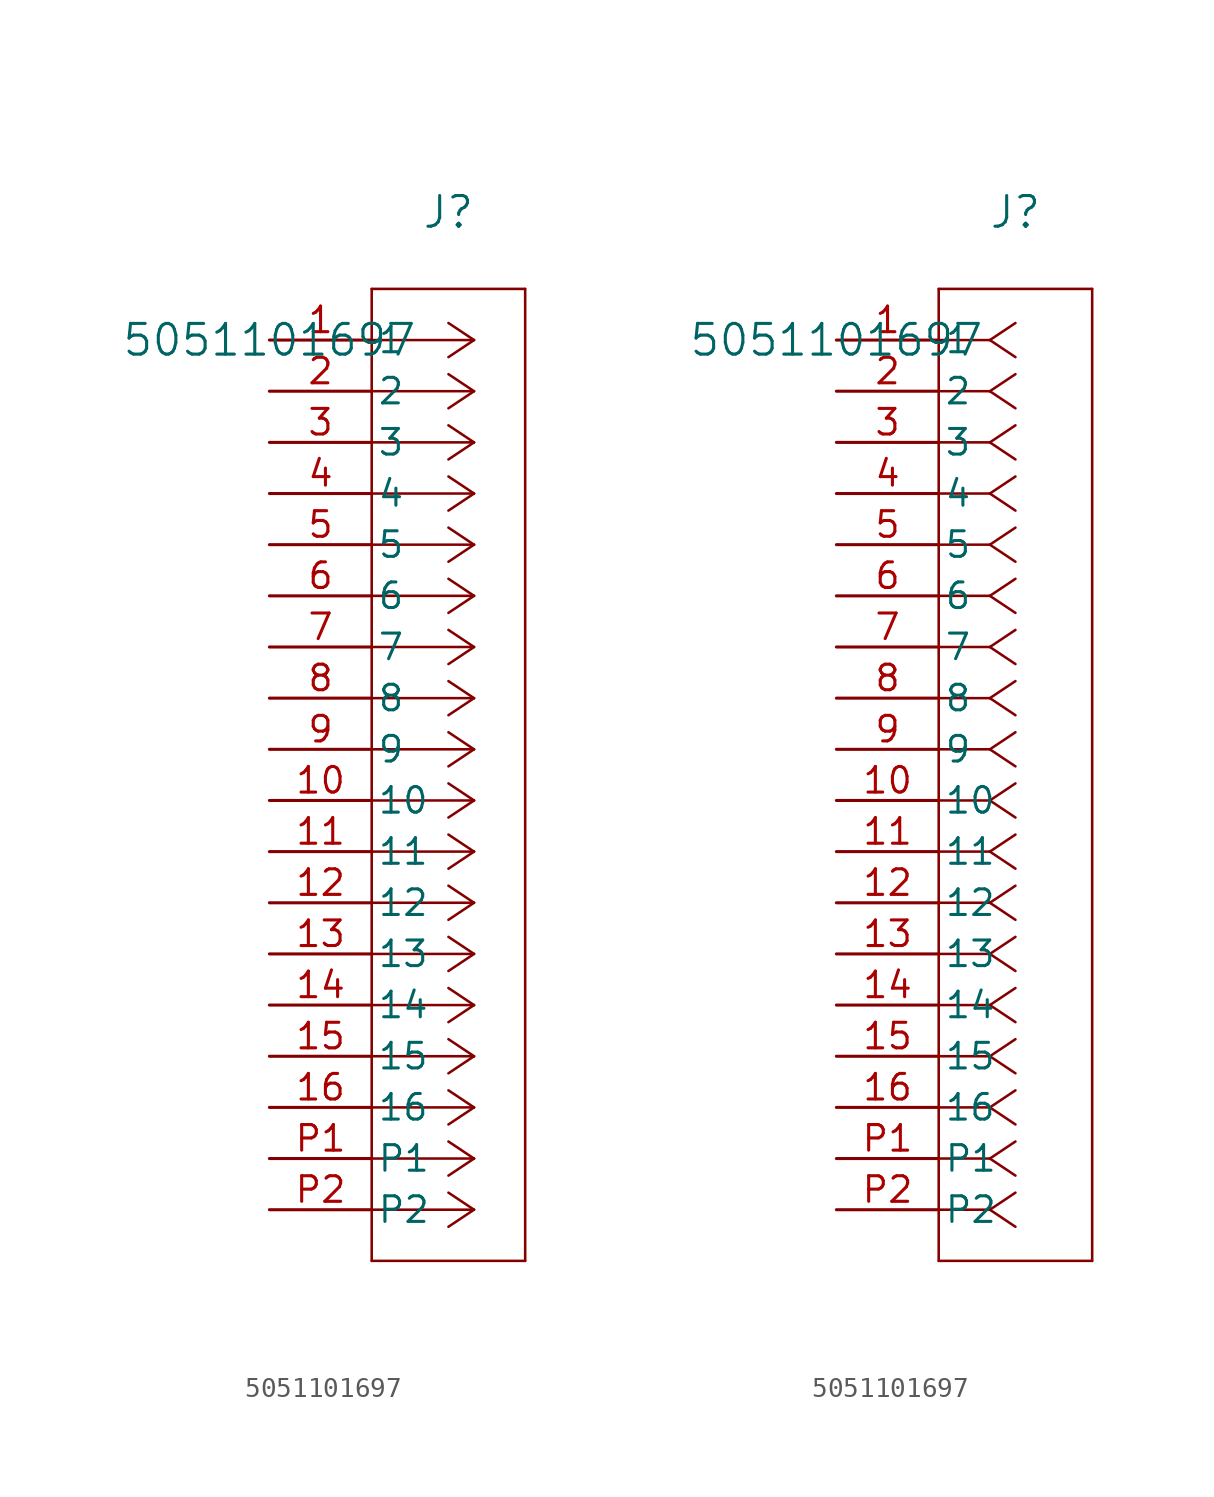
<source format=kicad_sym>
(kicad_symbol_lib
  (version 20211014)
  (generator kicad_symbol_editor)
  (symbol "5051101697"
    (pin_names
      (offset 0.254))
    (property "Reference" "J"
      (at 8.89 6.35 0)
      (effects (font (size 1.524 1.524))))
    (property "Value" "5051101697"
      (at 0 0 0)
      (effects (font (size 1.524 1.524))))
    (symbol "5051101697_1_1"
      (polyline (pts (xy 10.16 0) (xy 5.08 0)) (stroke (width 0.127) (type default) (color 0 0 0 0)) (fill (type none)))
      (polyline (pts (xy 10.16 -2.54) (xy 5.08 -2.54)) (stroke (width 0.127) (type default) (color 0 0 0 0)) (fill (type none)))
      (polyline (pts (xy 10.16 -5.08) (xy 5.08 -5.08)) (stroke (width 0.127) (type default) (color 0 0 0 0)) (fill (type none)))
      (polyline (pts (xy 10.16 -7.62) (xy 5.08 -7.62)) (stroke (width 0.127) (type default) (color 0 0 0 0)) (fill (type none)))
      (polyline (pts (xy 10.16 -10.16) (xy 5.08 -10.16)) (stroke (width 0.127) (type default) (color 0 0 0 0)) (fill (type none)))
      (polyline (pts (xy 10.16 -12.7) (xy 5.08 -12.7)) (stroke (width 0.127) (type default) (color 0 0 0 0)) (fill (type none)))
      (polyline (pts (xy 10.16 -15.24) (xy 5.08 -15.24)) (stroke (width 0.127) (type default) (color 0 0 0 0)) (fill (type none)))
      (polyline (pts (xy 10.16 -17.78) (xy 5.08 -17.78)) (stroke (width 0.127) (type default) (color 0 0 0 0)) (fill (type none)))
      (polyline (pts (xy 10.16 -20.32) (xy 5.08 -20.32)) (stroke (width 0.127) (type default) (color 0 0 0 0)) (fill (type none)))
      (polyline (pts (xy 10.16 -22.86) (xy 5.08 -22.86)) (stroke (width 0.127) (type default) (color 0 0 0 0)) (fill (type none)))
      (polyline (pts (xy 10.16 -25.4) (xy 5.08 -25.4)) (stroke (width 0.127) (type default) (color 0 0 0 0)) (fill (type none)))
      (polyline (pts (xy 10.16 -27.94) (xy 5.08 -27.94)) (stroke (width 0.127) (type default) (color 0 0 0 0)) (fill (type none)))
      (polyline (pts (xy 10.16 -30.48) (xy 5.08 -30.48)) (stroke (width 0.127) (type default) (color 0 0 0 0)) (fill (type none)))
      (polyline (pts (xy 10.16 -33.02) (xy 5.08 -33.02)) (stroke (width 0.127) (type default) (color 0 0 0 0)) (fill (type none)))
      (polyline (pts (xy 10.16 -35.56) (xy 5.08 -35.56)) (stroke (width 0.127) (type default) (color 0 0 0 0)) (fill (type none)))
      (polyline (pts (xy 10.16 -38.1) (xy 5.08 -38.1)) (stroke (width 0.127) (type default) (color 0 0 0 0)) (fill (type none)))
      (polyline (pts (xy 10.16 -40.64) (xy 5.08 -40.64)) (stroke (width 0.127) (type default) (color 0 0 0 0)) (fill (type none)))
      (polyline (pts (xy 10.16 -43.18) (xy 5.08 -43.18)) (stroke (width 0.127) (type default) (color 0 0 0 0)) (fill (type none)))
      (polyline (pts (xy 10.16 0) (xy 8.89 0.847)) (stroke (width 0.127) (type default) (color 0 0 0 0)) (fill (type none)))
      (polyline (pts (xy 10.16 -2.54) (xy 8.89 -1.693)) (stroke (width 0.127) (type default) (color 0 0 0 0)) (fill (type none)))
      (polyline (pts (xy 10.16 -5.08) (xy 8.89 -4.233)) (stroke (width 0.127) (type default) (color 0 0 0 0)) (fill (type none)))
      (polyline (pts (xy 10.16 -7.62) (xy 8.89 -6.773)) (stroke (width 0.127) (type default) (color 0 0 0 0)) (fill (type none)))
      (polyline (pts (xy 10.16 -10.16) (xy 8.89 -9.313)) (stroke (width 0.127) (type default) (color 0 0 0 0)) (fill (type none)))
      (polyline (pts (xy 10.16 -12.7) (xy 8.89 -11.853)) (stroke (width 0.127) (type default) (color 0 0 0 0)) (fill (type none)))
      (polyline (pts (xy 10.16 -15.24) (xy 8.89 -14.393)) (stroke (width 0.127) (type default) (color 0 0 0 0)) (fill (type none)))
      (polyline (pts (xy 10.16 -17.78) (xy 8.89 -16.933)) (stroke (width 0.127) (type default) (color 0 0 0 0)) (fill (type none)))
      (polyline (pts (xy 10.16 -20.32) (xy 8.89 -19.473)) (stroke (width 0.127) (type default) (color 0 0 0 0)) (fill (type none)))
      (polyline (pts (xy 10.16 -22.86) (xy 8.89 -22.013)) (stroke (width 0.127) (type default) (color 0 0 0 0)) (fill (type none)))
      (polyline (pts (xy 10.16 -25.4) (xy 8.89 -24.553)) (stroke (width 0.127) (type default) (color 0 0 0 0)) (fill (type none)))
      (polyline (pts (xy 10.16 -27.94) (xy 8.89 -27.093)) (stroke (width 0.127) (type default) (color 0 0 0 0)) (fill (type none)))
      (polyline (pts (xy 10.16 -30.48) (xy 8.89 -29.633)) (stroke (width 0.127) (type default) (color 0 0 0 0)) (fill (type none)))
      (polyline (pts (xy 10.16 -33.02) (xy 8.89 -32.173)) (stroke (width 0.127) (type default) (color 0 0 0 0)) (fill (type none)))
      (polyline (pts (xy 10.16 -35.56) (xy 8.89 -34.713)) (stroke (width 0.127) (type default) (color 0 0 0 0)) (fill (type none)))
      (polyline (pts (xy 10.16 -38.1) (xy 8.89 -37.253)) (stroke (width 0.127) (type default) (color 0 0 0 0)) (fill (type none)))
      (polyline (pts (xy 10.16 -40.64) (xy 8.89 -39.793)) (stroke (width 0.127) (type default) (color 0 0 0 0)) (fill (type none)))
      (polyline (pts (xy 10.16 -43.18) (xy 8.89 -42.333)) (stroke (width 0.127) (type default) (color 0 0 0 0)) (fill (type none)))
      (polyline (pts (xy 10.16 0) (xy 8.89 -0.847)) (stroke (width 0.127) (type default) (color 0 0 0 0)) (fill (type none)))
      (polyline (pts (xy 10.16 -2.54) (xy 8.89 -3.387)) (stroke (width 0.127) (type default) (color 0 0 0 0)) (fill (type none)))
      (polyline (pts (xy 10.16 -5.08) (xy 8.89 -5.927)) (stroke (width 0.127) (type default) (color 0 0 0 0)) (fill (type none)))
      (polyline (pts (xy 10.16 -7.62) (xy 8.89 -8.467)) (stroke (width 0.127) (type default) (color 0 0 0 0)) (fill (type none)))
      (polyline (pts (xy 10.16 -10.16) (xy 8.89 -11.007)) (stroke (width 0.127) (type default) (color 0 0 0 0)) (fill (type none)))
      (polyline (pts (xy 10.16 -12.7) (xy 8.89 -13.547)) (stroke (width 0.127) (type default) (color 0 0 0 0)) (fill (type none)))
      (polyline (pts (xy 10.16 -15.24) (xy 8.89 -16.087)) (stroke (width 0.127) (type default) (color 0 0 0 0)) (fill (type none)))
      (polyline (pts (xy 10.16 -17.78) (xy 8.89 -18.627)) (stroke (width 0.127) (type default) (color 0 0 0 0)) (fill (type none)))
      (polyline (pts (xy 10.16 -20.32) (xy 8.89 -21.167)) (stroke (width 0.127) (type default) (color 0 0 0 0)) (fill (type none)))
      (polyline (pts (xy 10.16 -22.86) (xy 8.89 -23.707)) (stroke (width 0.127) (type default) (color 0 0 0 0)) (fill (type none)))
      (polyline (pts (xy 10.16 -25.4) (xy 8.89 -26.247)) (stroke (width 0.127) (type default) (color 0 0 0 0)) (fill (type none)))
      (polyline (pts (xy 10.16 -27.94) (xy 8.89 -28.787)) (stroke (width 0.127) (type default) (color 0 0 0 0)) (fill (type none)))
      (polyline (pts (xy 10.16 -30.48) (xy 8.89 -31.327)) (stroke (width 0.127) (type default) (color 0 0 0 0)) (fill (type none)))
      (polyline (pts (xy 10.16 -33.02) (xy 8.89 -33.867)) (stroke (width 0.127) (type default) (color 0 0 0 0)) (fill (type none)))
      (polyline (pts (xy 10.16 -35.56) (xy 8.89 -36.407)) (stroke (width 0.127) (type default) (color 0 0 0 0)) (fill (type none)))
      (polyline (pts (xy 10.16 -38.1) (xy 8.89 -38.947)) (stroke (width 0.127) (type default) (color 0 0 0 0)) (fill (type none)))
      (polyline (pts (xy 10.16 -40.64) (xy 8.89 -41.487)) (stroke (width 0.127) (type default) (color 0 0 0 0)) (fill (type none)))
      (polyline (pts (xy 10.16 -43.18) (xy 8.89 -44.027)) (stroke (width 0.127) (type default) (color 0 0 0 0)) (fill (type none)))
      (polyline (pts (xy 5.08 2.54) (xy 5.08 -45.72)) (stroke (width 0.127) (type default) (color 0 0 0 0)) (fill (type none)))
      (polyline (pts (xy 5.08 -45.72) (xy 12.7 -45.72)) (stroke (width 0.127) (type default) (color 0 0 0 0)) (fill (type none)))
      (polyline (pts (xy 12.7 -45.72) (xy 12.7 2.54)) (stroke (width 0.127) (type default) (color 0 0 0 0)) (fill (type none)))
      (polyline (pts (xy 12.7 2.54) (xy 5.08 2.54)) (stroke (width 0.127) (type default) (color 0 0 0 0)) (fill (type none)))
      (pin unspecified line (at 0 0 0) (length 5.08) (name "1" (effects (font (size 1.27 1.27)))) (number "1" (effects (font (size 1.27 1.27)))))
      (pin unspecified line (at 0 -2.54 0) (length 5.08) (name "2" (effects (font (size 1.27 1.27)))) (number "2" (effects (font (size 1.27 1.27)))))
      (pin unspecified line (at 0 -5.08 0) (length 5.08) (name "3" (effects (font (size 1.27 1.27)))) (number "3" (effects (font (size 1.27 1.27)))))
      (pin unspecified line (at 0 -7.62 0) (length 5.08) (name "4" (effects (font (size 1.27 1.27)))) (number "4" (effects (font (size 1.27 1.27)))))
      (pin unspecified line (at 0 -10.16 0) (length 5.08) (name "5" (effects (font (size 1.27 1.27)))) (number "5" (effects (font (size 1.27 1.27)))))
      (pin unspecified line (at 0 -12.7 0) (length 5.08) (name "6" (effects (font (size 1.27 1.27)))) (number "6" (effects (font (size 1.27 1.27)))))
      (pin unspecified line (at 0 -15.24 0) (length 5.08) (name "7" (effects (font (size 1.27 1.27)))) (number "7" (effects (font (size 1.27 1.27)))))
      (pin unspecified line (at 0 -17.78 0) (length 5.08) (name "8" (effects (font (size 1.27 1.27)))) (number "8" (effects (font (size 1.27 1.27)))))
      (pin unspecified line (at 0 -20.32 0) (length 5.08) (name "9" (effects (font (size 1.27 1.27)))) (number "9" (effects (font (size 1.27 1.27)))))
      (pin unspecified line (at 0 -22.86 0) (length 5.08) (name "10" (effects (font (size 1.27 1.27)))) (number "10" (effects (font (size 1.27 1.27)))))
      (pin unspecified line (at 0 -25.4 0) (length 5.08) (name "11" (effects (font (size 1.27 1.27)))) (number "11" (effects (font (size 1.27 1.27)))))
      (pin unspecified line (at 0 -27.94 0) (length 5.08) (name "12" (effects (font (size 1.27 1.27)))) (number "12" (effects (font (size 1.27 1.27)))))
      (pin unspecified line (at 0 -30.48 0) (length 5.08) (name "13" (effects (font (size 1.27 1.27)))) (number "13" (effects (font (size 1.27 1.27)))))
      (pin unspecified line (at 0 -33.02 0) (length 5.08) (name "14" (effects (font (size 1.27 1.27)))) (number "14" (effects (font (size 1.27 1.27)))))
      (pin unspecified line (at 0 -35.56 0) (length 5.08) (name "15" (effects (font (size 1.27 1.27)))) (number "15" (effects (font (size 1.27 1.27)))))
      (pin unspecified line (at 0 -38.1 0) (length 5.08) (name "16" (effects (font (size 1.27 1.27)))) (number "16" (effects (font (size 1.27 1.27)))))
      (pin unspecified line (at 0 -40.64 0) (length 5.08) (name "P1" (effects (font (size 1.27 1.27)))) (number "P1" (effects (font (size 1.27 1.27)))))
      (pin unspecified line (at 0 -43.18 0) (length 5.08) (name "P2" (effects (font (size 1.27 1.27)))) (number "P2" (effects (font (size 1.27 1.27))))))
    (symbol "5051101697_1_2"
      (polyline (pts (xy 7.62 0) (xy 5.08 0)) (stroke (width 0.127) (type default) (color 0 0 0 0)) (fill (type none)))
      (polyline (pts (xy 7.62 -2.54) (xy 5.08 -2.54)) (stroke (width 0.127) (type default) (color 0 0 0 0)) (fill (type none)))
      (polyline (pts (xy 7.62 -5.08) (xy 5.08 -5.08)) (stroke (width 0.127) (type default) (color 0 0 0 0)) (fill (type none)))
      (polyline (pts (xy 7.62 -7.62) (xy 5.08 -7.62)) (stroke (width 0.127) (type default) (color 0 0 0 0)) (fill (type none)))
      (polyline (pts (xy 7.62 -10.16) (xy 5.08 -10.16)) (stroke (width 0.127) (type default) (color 0 0 0 0)) (fill (type none)))
      (polyline (pts (xy 7.62 -12.7) (xy 5.08 -12.7)) (stroke (width 0.127) (type default) (color 0 0 0 0)) (fill (type none)))
      (polyline (pts (xy 7.62 -15.24) (xy 5.08 -15.24)) (stroke (width 0.127) (type default) (color 0 0 0 0)) (fill (type none)))
      (polyline (pts (xy 7.62 -17.78) (xy 5.08 -17.78)) (stroke (width 0.127) (type default) (color 0 0 0 0)) (fill (type none)))
      (polyline (pts (xy 7.62 -20.32) (xy 5.08 -20.32)) (stroke (width 0.127) (type default) (color 0 0 0 0)) (fill (type none)))
      (polyline (pts (xy 7.62 -22.86) (xy 5.08 -22.86)) (stroke (width 0.127) (type default) (color 0 0 0 0)) (fill (type none)))
      (polyline (pts (xy 7.62 -25.4) (xy 5.08 -25.4)) (stroke (width 0.127) (type default) (color 0 0 0 0)) (fill (type none)))
      (polyline (pts (xy 7.62 -27.94) (xy 5.08 -27.94)) (stroke (width 0.127) (type default) (color 0 0 0 0)) (fill (type none)))
      (polyline (pts (xy 7.62 -30.48) (xy 5.08 -30.48)) (stroke (width 0.127) (type default) (color 0 0 0 0)) (fill (type none)))
      (polyline (pts (xy 7.62 -33.02) (xy 5.08 -33.02)) (stroke (width 0.127) (type default) (color 0 0 0 0)) (fill (type none)))
      (polyline (pts (xy 7.62 -35.56) (xy 5.08 -35.56)) (stroke (width 0.127) (type default) (color 0 0 0 0)) (fill (type none)))
      (polyline (pts (xy 7.62 -38.1) (xy 5.08 -38.1)) (stroke (width 0.127) (type default) (color 0 0 0 0)) (fill (type none)))
      (polyline (pts (xy 7.62 -40.64) (xy 5.08 -40.64)) (stroke (width 0.127) (type default) (color 0 0 0 0)) (fill (type none)))
      (polyline (pts (xy 7.62 -43.18) (xy 5.08 -43.18)) (stroke (width 0.127) (type default) (color 0 0 0 0)) (fill (type none)))
      (polyline (pts (xy 7.62 0) (xy 8.89 0.847)) (stroke (width 0.127) (type default) (color 0 0 0 0)) (fill (type none)))
      (polyline (pts (xy 7.62 -2.54) (xy 8.89 -1.693)) (stroke (width 0.127) (type default) (color 0 0 0 0)) (fill (type none)))
      (polyline (pts (xy 7.62 -5.08) (xy 8.89 -4.233)) (stroke (width 0.127) (type default) (color 0 0 0 0)) (fill (type none)))
      (polyline (pts (xy 7.62 -7.62) (xy 8.89 -6.773)) (stroke (width 0.127) (type default) (color 0 0 0 0)) (fill (type none)))
      (polyline (pts (xy 7.62 -10.16) (xy 8.89 -9.313)) (stroke (width 0.127) (type default) (color 0 0 0 0)) (fill (type none)))
      (polyline (pts (xy 7.62 -12.7) (xy 8.89 -11.853)) (stroke (width 0.127) (type default) (color 0 0 0 0)) (fill (type none)))
      (polyline (pts (xy 7.62 -15.24) (xy 8.89 -14.393)) (stroke (width 0.127) (type default) (color 0 0 0 0)) (fill (type none)))
      (polyline (pts (xy 7.62 -17.78) (xy 8.89 -16.933)) (stroke (width 0.127) (type default) (color 0 0 0 0)) (fill (type none)))
      (polyline (pts (xy 7.62 -20.32) (xy 8.89 -19.473)) (stroke (width 0.127) (type default) (color 0 0 0 0)) (fill (type none)))
      (polyline (pts (xy 7.62 -22.86) (xy 8.89 -22.013)) (stroke (width 0.127) (type default) (color 0 0 0 0)) (fill (type none)))
      (polyline (pts (xy 7.62 -25.4) (xy 8.89 -24.553)) (stroke (width 0.127) (type default) (color 0 0 0 0)) (fill (type none)))
      (polyline (pts (xy 7.62 -27.94) (xy 8.89 -27.093)) (stroke (width 0.127) (type default) (color 0 0 0 0)) (fill (type none)))
      (polyline (pts (xy 7.62 -30.48) (xy 8.89 -29.633)) (stroke (width 0.127) (type default) (color 0 0 0 0)) (fill (type none)))
      (polyline (pts (xy 7.62 -33.02) (xy 8.89 -32.173)) (stroke (width 0.127) (type default) (color 0 0 0 0)) (fill (type none)))
      (polyline (pts (xy 7.62 -35.56) (xy 8.89 -34.713)) (stroke (width 0.127) (type default) (color 0 0 0 0)) (fill (type none)))
      (polyline (pts (xy 7.62 -38.1) (xy 8.89 -37.253)) (stroke (width 0.127) (type default) (color 0 0 0 0)) (fill (type none)))
      (polyline (pts (xy 7.62 -40.64) (xy 8.89 -39.793)) (stroke (width 0.127) (type default) (color 0 0 0 0)) (fill (type none)))
      (polyline (pts (xy 7.62 -43.18) (xy 8.89 -42.333)) (stroke (width 0.127) (type default) (color 0 0 0 0)) (fill (type none)))
      (polyline (pts (xy 7.62 0) (xy 8.89 -0.847)) (stroke (width 0.127) (type default) (color 0 0 0 0)) (fill (type none)))
      (polyline (pts (xy 7.62 -2.54) (xy 8.89 -3.387)) (stroke (width 0.127) (type default) (color 0 0 0 0)) (fill (type none)))
      (polyline (pts (xy 7.62 -5.08) (xy 8.89 -5.927)) (stroke (width 0.127) (type default) (color 0 0 0 0)) (fill (type none)))
      (polyline (pts (xy 7.62 -7.62) (xy 8.89 -8.467)) (stroke (width 0.127) (type default) (color 0 0 0 0)) (fill (type none)))
      (polyline (pts (xy 7.62 -10.16) (xy 8.89 -11.007)) (stroke (width 0.127) (type default) (color 0 0 0 0)) (fill (type none)))
      (polyline (pts (xy 7.62 -12.7) (xy 8.89 -13.547)) (stroke (width 0.127) (type default) (color 0 0 0 0)) (fill (type none)))
      (polyline (pts (xy 7.62 -15.24) (xy 8.89 -16.087)) (stroke (width 0.127) (type default) (color 0 0 0 0)) (fill (type none)))
      (polyline (pts (xy 7.62 -17.78) (xy 8.89 -18.627)) (stroke (width 0.127) (type default) (color 0 0 0 0)) (fill (type none)))
      (polyline (pts (xy 7.62 -20.32) (xy 8.89 -21.167)) (stroke (width 0.127) (type default) (color 0 0 0 0)) (fill (type none)))
      (polyline (pts (xy 7.62 -22.86) (xy 8.89 -23.707)) (stroke (width 0.127) (type default) (color 0 0 0 0)) (fill (type none)))
      (polyline (pts (xy 7.62 -25.4) (xy 8.89 -26.247)) (stroke (width 0.127) (type default) (color 0 0 0 0)) (fill (type none)))
      (polyline (pts (xy 7.62 -27.94) (xy 8.89 -28.787)) (stroke (width 0.127) (type default) (color 0 0 0 0)) (fill (type none)))
      (polyline (pts (xy 7.62 -30.48) (xy 8.89 -31.327)) (stroke (width 0.127) (type default) (color 0 0 0 0)) (fill (type none)))
      (polyline (pts (xy 7.62 -33.02) (xy 8.89 -33.867)) (stroke (width 0.127) (type default) (color 0 0 0 0)) (fill (type none)))
      (polyline (pts (xy 7.62 -35.56) (xy 8.89 -36.407)) (stroke (width 0.127) (type default) (color 0 0 0 0)) (fill (type none)))
      (polyline (pts (xy 7.62 -38.1) (xy 8.89 -38.947)) (stroke (width 0.127) (type default) (color 0 0 0 0)) (fill (type none)))
      (polyline (pts (xy 7.62 -40.64) (xy 8.89 -41.487)) (stroke (width 0.127) (type default) (color 0 0 0 0)) (fill (type none)))
      (polyline (pts (xy 7.62 -43.18) (xy 8.89 -44.027)) (stroke (width 0.127) (type default) (color 0 0 0 0)) (fill (type none)))
      (polyline (pts (xy 5.08 2.54) (xy 5.08 -45.72)) (stroke (width 0.127) (type default) (color 0 0 0 0)) (fill (type none)))
      (polyline (pts (xy 5.08 -45.72) (xy 12.7 -45.72)) (stroke (width 0.127) (type default) (color 0 0 0 0)) (fill (type none)))
      (polyline (pts (xy 12.7 -45.72) (xy 12.7 2.54)) (stroke (width 0.127) (type default) (color 0 0 0 0)) (fill (type none)))
      (polyline (pts (xy 12.7 2.54) (xy 5.08 2.54)) (stroke (width 0.127) (type default) (color 0 0 0 0)) (fill (type none)))
      (pin unspecified line (at 0 0 0) (length 5.08) (name "1" (effects (font (size 1.27 1.27)))) (number "1" (effects (font (size 1.27 1.27)))))
      (pin unspecified line (at 0 -2.54 0) (length 5.08) (name "2" (effects (font (size 1.27 1.27)))) (number "2" (effects (font (size 1.27 1.27)))))
      (pin unspecified line (at 0 -5.08 0) (length 5.08) (name "3" (effects (font (size 1.27 1.27)))) (number "3" (effects (font (size 1.27 1.27)))))
      (pin unspecified line (at 0 -7.62 0) (length 5.08) (name "4" (effects (font (size 1.27 1.27)))) (number "4" (effects (font (size 1.27 1.27)))))
      (pin unspecified line (at 0 -10.16 0) (length 5.08) (name "5" (effects (font (size 1.27 1.27)))) (number "5" (effects (font (size 1.27 1.27)))))
      (pin unspecified line (at 0 -12.7 0) (length 5.08) (name "6" (effects (font (size 1.27 1.27)))) (number "6" (effects (font (size 1.27 1.27)))))
      (pin unspecified line (at 0 -15.24 0) (length 5.08) (name "7" (effects (font (size 1.27 1.27)))) (number "7" (effects (font (size 1.27 1.27)))))
      (pin unspecified line (at 0 -17.78 0) (length 5.08) (name "8" (effects (font (size 1.27 1.27)))) (number "8" (effects (font (size 1.27 1.27)))))
      (pin unspecified line (at 0 -20.32 0) (length 5.08) (name "9" (effects (font (size 1.27 1.27)))) (number "9" (effects (font (size 1.27 1.27)))))
      (pin unspecified line (at 0 -22.86 0) (length 5.08) (name "10" (effects (font (size 1.27 1.27)))) (number "10" (effects (font (size 1.27 1.27)))))
      (pin unspecified line (at 0 -25.4 0) (length 5.08) (name "11" (effects (font (size 1.27 1.27)))) (number "11" (effects (font (size 1.27 1.27)))))
      (pin unspecified line (at 0 -27.94 0) (length 5.08) (name "12" (effects (font (size 1.27 1.27)))) (number "12" (effects (font (size 1.27 1.27)))))
      (pin unspecified line (at 0 -30.48 0) (length 5.08) (name "13" (effects (font (size 1.27 1.27)))) (number "13" (effects (font (size 1.27 1.27)))))
      (pin unspecified line (at 0 -33.02 0) (length 5.08) (name "14" (effects (font (size 1.27 1.27)))) (number "14" (effects (font (size 1.27 1.27)))))
      (pin unspecified line (at 0 -35.56 0) (length 5.08) (name "15" (effects (font (size 1.27 1.27)))) (number "15" (effects (font (size 1.27 1.27)))))
      (pin unspecified line (at 0 -38.1 0) (length 5.08) (name "16" (effects (font (size 1.27 1.27)))) (number "16" (effects (font (size 1.27 1.27)))))
      (pin unspecified line (at 0 -40.64 0) (length 5.08) (name "P1" (effects (font (size 1.27 1.27)))) (number "P1" (effects (font (size 1.27 1.27)))))
      (pin unspecified line (at 0 -43.18 0) (length 5.08) (name "P2" (effects (font (size 1.27 1.27)))) (number "P2" (effects (font (size 1.27 1.27))))))))
</source>
